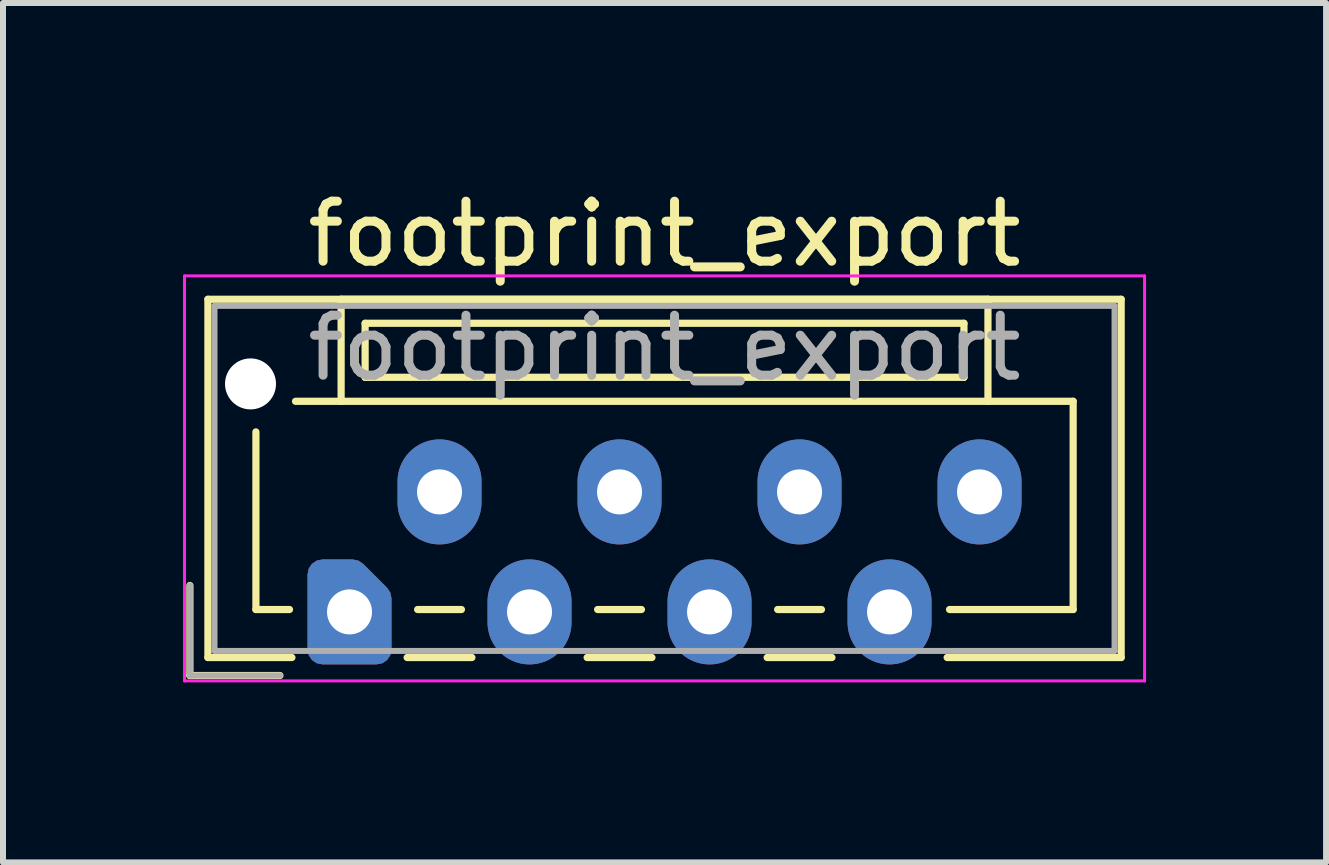
<source format=kicad_pcb>
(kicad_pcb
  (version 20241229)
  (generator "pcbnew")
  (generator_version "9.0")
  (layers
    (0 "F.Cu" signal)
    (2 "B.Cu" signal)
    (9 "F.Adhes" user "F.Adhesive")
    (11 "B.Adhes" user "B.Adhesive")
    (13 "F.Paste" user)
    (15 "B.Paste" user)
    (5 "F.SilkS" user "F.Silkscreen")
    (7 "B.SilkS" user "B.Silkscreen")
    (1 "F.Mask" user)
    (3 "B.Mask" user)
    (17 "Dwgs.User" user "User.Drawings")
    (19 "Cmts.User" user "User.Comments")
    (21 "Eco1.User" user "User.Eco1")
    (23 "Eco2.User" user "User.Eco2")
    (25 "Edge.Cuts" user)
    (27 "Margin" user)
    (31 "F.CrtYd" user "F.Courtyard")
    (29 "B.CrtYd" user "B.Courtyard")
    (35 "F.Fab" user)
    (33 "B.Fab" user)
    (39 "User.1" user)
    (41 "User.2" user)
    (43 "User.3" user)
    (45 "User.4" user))
  (footprint "footprint_export"
    (layer "F.Cu")
    (at 2.775 7.148)
    (property "Reference" "footprint_export" (at 5.25 -6.3 0) (layer "F.SilkS") (effects (font (size 1 1) (thickness 0.15))))
    (attr through_hole)
    (fp_line (start -2.66 -0.44) (end -2.66 1.06) (stroke (width 0.12) (type solid)) (layer "F.SilkS"))
    (fp_line (start -2.66 1.06) (end -1.16 1.06) (stroke (width 0.12) (type solid)) (layer "F.SilkS"))
    (fp_line (start -2.36 -5.21) (end 12.86 -5.21) (stroke (width 0.12) (type solid)) (layer "F.SilkS"))
    (fp_line (start -2.36 0.76) (end -2.36 -5.21) (stroke (width 0.12) (type solid)) (layer "F.SilkS"))
    (fp_line (start -1.56 -3) (end -1.56 -0.04) (stroke (width 0.12) (type solid)) (layer "F.SilkS"))
    (fp_line (start -1.56 -0.04) (end -1 -0.04) (stroke (width 0.12) (type solid)) (layer "F.SilkS"))
    (fp_line (start -0.96 0.76) (end -2.36 0.76) (stroke (width 0.12) (type solid)) (layer "F.SilkS"))
    (fp_line (start -0.14 -5.21) (end -0.14 -3.51) (stroke (width 0.12) (type solid)) (layer "F.SilkS"))
    (fp_line (start -0.14 -3.51) (end -0.9 -3.51) (stroke (width 0.12) (type solid)) (layer "F.SilkS"))
    (fp_line (start -0.14 -3.51) (end 10.64 -3.51) (stroke (width 0.12) (type solid)) (layer "F.SilkS"))
    (fp_line (start 0.26 -4.81) (end 0.26 -3.91) (stroke (width 0.12) (type solid)) (layer "F.SilkS"))
    (fp_line (start 0.26 -3.91) (end 10.24 -3.91) (stroke (width 0.12) (type solid)) (layer "F.SilkS"))
    (fp_line (start 0.96 0.76) (end 2.04 0.76) (stroke (width 0.12) (type solid)) (layer "F.SilkS"))
    (fp_line (start 1.135 -0.04) (end 1.865 -0.04) (stroke (width 0.12) (type solid)) (layer "F.SilkS"))
    (fp_line (start 3.96 0.76) (end 5.04 0.76) (stroke (width 0.12) (type solid)) (layer "F.SilkS"))
    (fp_line (start 4.135 -0.04) (end 4.865 -0.04) (stroke (width 0.12) (type solid)) (layer "F.SilkS"))
    (fp_line (start 6.96 0.76) (end 8.04 0.76) (stroke (width 0.12) (type solid)) (layer "F.SilkS"))
    (fp_line (start 7.135 -0.04) (end 7.865 -0.04) (stroke (width 0.12) (type solid)) (layer "F.SilkS"))
    (fp_line (start 10.24 -4.81) (end 0.26 -4.81) (stroke (width 0.12) (type solid)) (layer "F.SilkS"))
    (fp_line (start 10.24 -3.91) (end 10.24 -4.81) (stroke (width 0.12) (type solid)) (layer "F.SilkS"))
    (fp_line (start 10.64 -5.21) (end -0.14 -5.21) (stroke (width 0.12) (type solid)) (layer "F.SilkS"))
    (fp_line (start 10.64 -3.51) (end 10.64 -5.21) (stroke (width 0.12) (type solid)) (layer "F.SilkS"))
    (fp_line (start 10.64 -3.51) (end 12.06 -3.51) (stroke (width 0.12) (type solid)) (layer "F.SilkS"))
    (fp_line (start 12.06 -3.51) (end 12.06 -0.04) (stroke (width 0.12) (type solid)) (layer "F.SilkS"))
    (fp_line (start 12.06 -0.04) (end 10 -0.04) (stroke (width 0.12) (type solid)) (layer "F.SilkS"))
    (fp_line (start 12.86 -5.21) (end 12.86 0.76) (stroke (width 0.12) (type solid)) (layer "F.SilkS"))
    (fp_line (start 12.86 0.76) (end 9.96 0.76) (stroke (width 0.12) (type solid)) (layer "F.SilkS"))
    (fp_line (start -2.75 -5.6) (end -2.75 1.15) (stroke (width 0.05) (type solid)) (layer "F.CrtYd"))
    (fp_line (start -2.75 1.15) (end 13.25 1.15) (stroke (width 0.05) (type solid)) (layer "F.CrtYd"))
    (fp_line (start 13.25 -5.6) (end -2.75 -5.6) (stroke (width 0.05) (type solid)) (layer "F.CrtYd"))
    (fp_line (start 13.25 1.15) (end 13.25 -5.6) (stroke (width 0.05) (type solid)) (layer "F.CrtYd"))
    (fp_line (start -2.66 -0.44) (end -2.66 1.06) (stroke (width 0.1) (type solid)) (layer "F.Fab"))
    (fp_line (start -2.66 1.06) (end -1.16 1.06) (stroke (width 0.1) (type solid)) (layer "F.Fab"))
    (fp_line (start -2.25 -5.1) (end -2.25 0.65) (stroke (width 0.1) (type solid)) (layer "F.Fab"))
    (fp_line (start -2.25 0.65) (end 12.75 0.65) (stroke (width 0.1) (type solid)) (layer "F.Fab"))
    (fp_line (start 12.75 -5.1) (end -2.25 -5.1) (stroke (width 0.1) (type solid)) (layer "F.Fab"))
    (fp_line (start 12.75 0.65) (end 12.75 -5.1) (stroke (width 0.1) (type solid)) (layer "F.Fab"))
    (fp_text user "${REFERENCE}" (at 5.25 -4.4 0) (layer "F.Fab") (effects (font (size 1 1) (thickness 0.15))))
    (pad "" np_thru_hole circle (at -1.65 -3.8) (size 0.85 0.85) (drill 0.85) (layers "*.Cu" "*.Mask"))
    (pad "1" thru_hole custom (at 0 0) (size 1.117 1.117) (drill 0.75) (layers "*.Cu" "*.Mask") (options (anchor circle)) (primitives (gr_poly (pts (xy 0.45 -0.225) (xy 0.45 0.625) (xy -0.45 0.625) (xy -0.45 -0.625) (xy 0.05 -0.625)) (width 0.5) (fill yes))))
    (pad "2" thru_hole oval (at 1.5 -2) (size 1.4 1.75) (drill 0.75) (layers "*.Cu" "*.Mask"))
    (pad "3" thru_hole oval (at 3 0) (size 1.4 1.75) (drill 0.75) (layers "*.Cu" "*.Mask"))
    (pad "4" thru_hole oval (at 4.5 -2) (size 1.4 1.75) (drill 0.75) (layers "*.Cu" "*.Mask"))
    (pad "5" thru_hole oval (at 6 0) (size 1.4 1.75) (drill 0.75) (layers "*.Cu" "*.Mask"))
    (pad "6" thru_hole oval (at 7.5 -2) (size 1.4 1.75) (drill 0.75) (layers "*.Cu" "*.Mask"))
    (pad "7" thru_hole oval (at 9 0) (size 1.4 1.75) (drill 0.75) (layers "*.Cu" "*.Mask"))
    (pad "8" thru_hole oval (at 10.5 -2) (size 1.4 1.75) (drill 0.75) (layers "*.Cu" "*.Mask")))
  (gr_rect
    (start -3 -3)
    (end 19.05 11.323)
    (stroke (width 0.1) (type default))
    (fill no)
    (layer "Edge.Cuts")))
</source>
